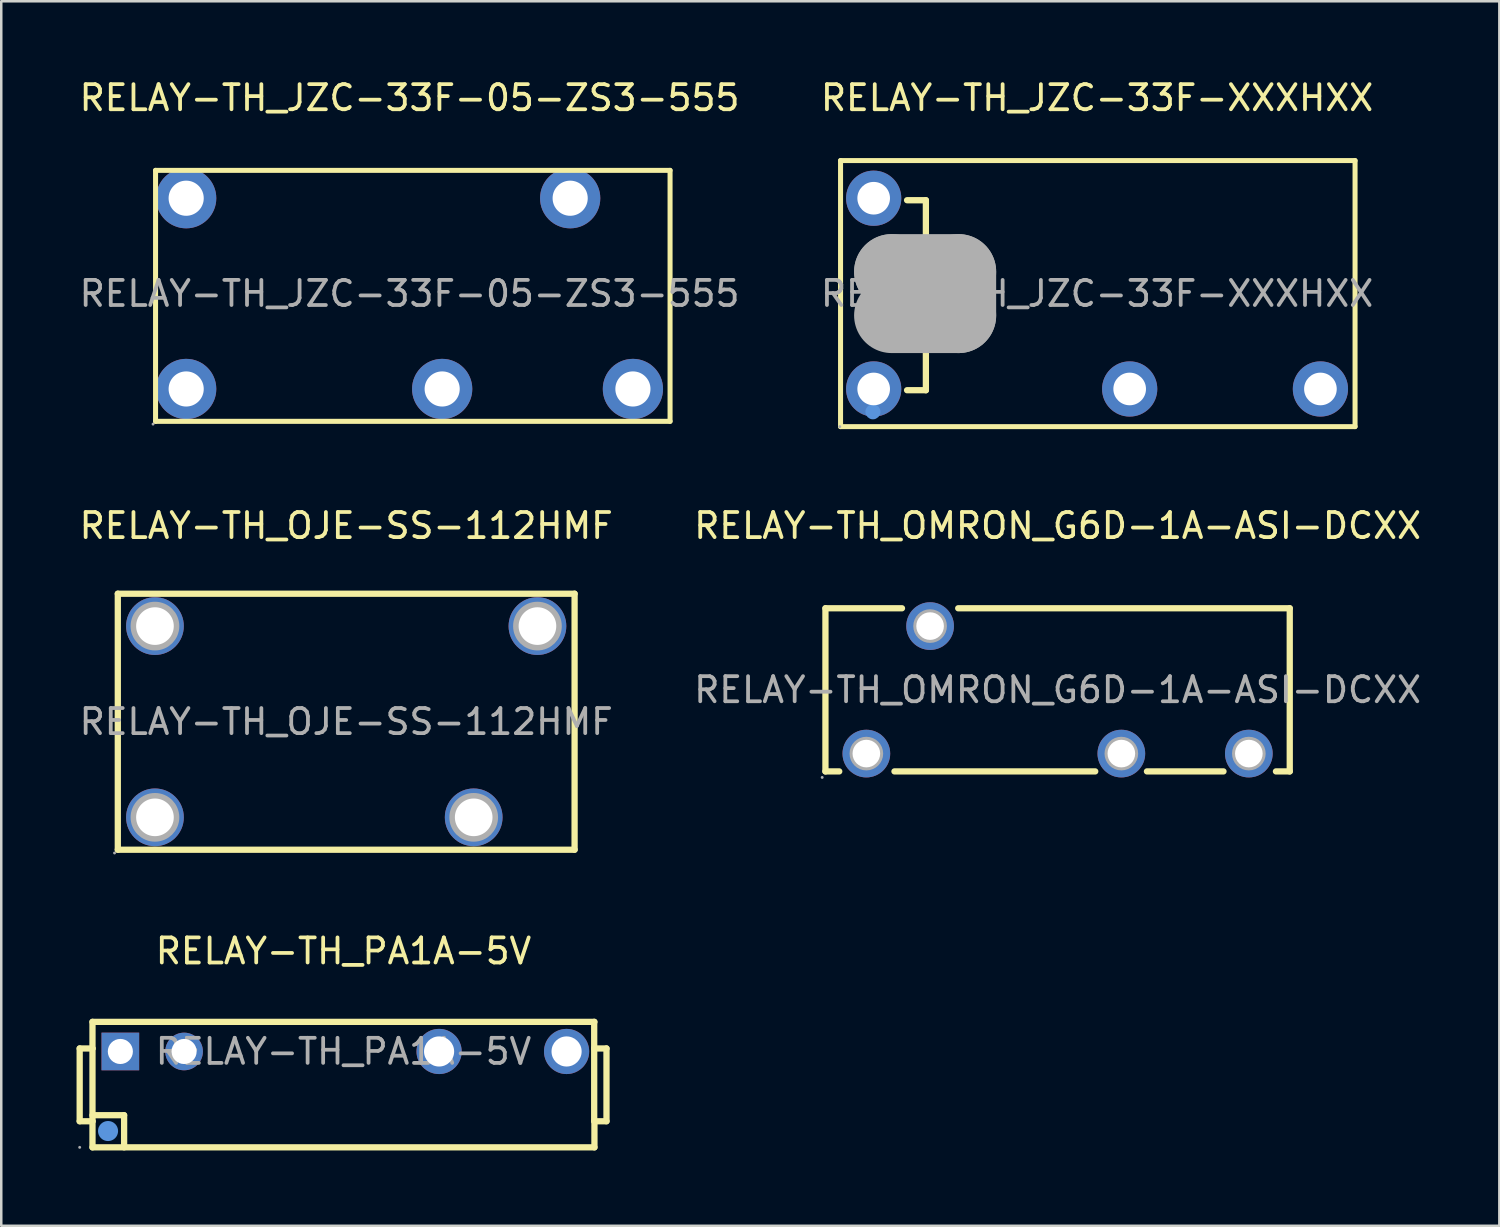
<source format=kicad_pcb>
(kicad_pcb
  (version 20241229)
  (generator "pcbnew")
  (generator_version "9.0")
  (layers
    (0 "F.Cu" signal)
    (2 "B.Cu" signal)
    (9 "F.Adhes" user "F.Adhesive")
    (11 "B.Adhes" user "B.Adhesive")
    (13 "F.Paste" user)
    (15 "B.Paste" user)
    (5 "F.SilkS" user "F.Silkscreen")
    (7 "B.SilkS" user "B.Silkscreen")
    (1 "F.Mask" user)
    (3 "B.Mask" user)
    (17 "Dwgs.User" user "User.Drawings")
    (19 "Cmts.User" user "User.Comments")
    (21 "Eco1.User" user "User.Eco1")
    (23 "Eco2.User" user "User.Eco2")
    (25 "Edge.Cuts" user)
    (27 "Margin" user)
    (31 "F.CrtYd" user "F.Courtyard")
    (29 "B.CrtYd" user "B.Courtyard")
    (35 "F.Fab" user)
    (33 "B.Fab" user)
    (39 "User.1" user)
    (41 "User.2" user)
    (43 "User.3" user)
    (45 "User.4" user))
  (footprint "RELAY-TH_JZC-33F-05-ZS3-555"
    (layer "F.Cu")
    (at 13.268 8.648)
    (property "Reference" "RELAY-TH_JZC-33F-05-ZS3-555" (at 0 -7.8 0) (layer "F.SilkS") (effects (font (size 1 1) (thickness 0.15))))
    (attr through_hole)
    (fp_line (start -10.12 -4.91) (end -10.12 5.09) (stroke (width 0.2) (type solid)) (layer "F.SilkS"))
    (fp_line (start -10.12 5.09) (end 10.38 5.09) (stroke (width 0.2) (type solid)) (layer "F.SilkS"))
    (fp_line (start 10.38 -4.91) (end -10.12 -4.91) (stroke (width 0.2) (type solid)) (layer "F.SilkS"))
    (fp_line (start 10.38 5.09) (end 10.38 -4.91) (stroke (width 0.2) (type solid)) (layer "F.SilkS"))
    (fp_circle (center -10.22 5.2) (end -10.19 5.2) (stroke (width 0.06) (type solid)) (fill no) (layer "F.Fab"))
    (fp_circle (center -8.9 -3.8) (end -8.6 -3.8) (stroke (width 0.6) (type solid)) (fill no) (layer "F.Fab"))
    (fp_circle (center -8.9 3.8) (end -8.6 3.8) (stroke (width 0.6) (type solid)) (fill no) (layer "F.Fab"))
    (fp_circle (center 1.3 3.8) (end 1.6 3.8) (stroke (width 0.6) (type solid)) (fill no) (layer "F.Fab"))
    (fp_circle (center 6.4 -3.8) (end 6.7 -3.8) (stroke (width 0.6) (type solid)) (fill no) (layer "F.Fab"))
    (fp_circle (center 8.9 3.8) (end 9.2 3.8) (stroke (width 0.6) (type solid)) (fill no) (layer "F.Fab"))
    (fp_text user "${REFERENCE}" (at 0 0 0) (layer "F.Fab") (effects (font (size 1 1) (thickness 0.15))))
    (pad "1" thru_hole circle (at -8.9 3.8) (size 2.4 2.4) (drill 1.4) (layers "*.Cu" "*.Paste" "*.Mask"))
    (pad "2" thru_hole circle (at -8.9 -3.8) (size 2.4 2.4) (drill 1.4) (layers "*.Cu" "*.Paste" "*.Mask"))
    (pad "3" thru_hole circle (at 8.9 3.8) (size 2.4 2.4) (drill 1.4) (layers "*.Cu" "*.Paste" "*.Mask"))
    (pad "4" thru_hole circle (at 1.3 3.8) (size 2.4 2.4) (drill 1.4) (layers "*.Cu" "*.Paste" "*.Mask"))
    (pad "5" thru_hole circle (at 6.4 -3.8) (size 2.4 2.4) (drill 1.4) (layers "*.Cu" "*.Paste" "*.Mask")))
  (footprint "RELAY-TH_JZC-33F-XXXHXX"
    (layer "F.Cu")
    (at 40.661 8.648)
    (property "Reference" "RELAY-TH_JZC-33F-XXXHXX" (at 0 -7.8 0) (layer "F.SilkS") (effects (font (size 1 1) (thickness 0.15))))
    (attr through_hole)
    (fp_line (start -10.22 5.3) (end -10.22 -5.3) (stroke (width 0.2) (type solid)) (layer "F.SilkS"))
    (fp_line (start -7.57 -3.72) (end -6.82 -3.72) (stroke (width 0.25) (type solid)) (layer "F.SilkS"))
    (fp_line (start -6.82 -3.72) (end -6.82 -0.87) (stroke (width 0.25) (type solid)) (layer "F.SilkS"))
    (fp_line (start -6.82 0.99) (end -6.82 3.85) (stroke (width 0.25) (type solid)) (layer "F.SilkS"))
    (fp_line (start -6.82 3.85) (end -7.57 3.85) (stroke (width 0.25) (type solid)) (layer "F.SilkS"))
    (fp_line (start 10.28 -5.3) (end -10.22 -5.3) (stroke (width 0.2) (type solid)) (layer "F.SilkS"))
    (fp_line (start 10.28 5.3) (end -10.22 5.3) (stroke (width 0.2) (type solid)) (layer "F.SilkS"))
    (fp_line (start 10.28 5.3) (end 10.28 -5.3) (stroke (width 0.2) (type solid)) (layer "F.SilkS"))
    (fp_circle (center -8.93 4.71) (end -8.78 4.71) (stroke (width 0.3) (type solid)) (fill no) (layer "Cmts.User"))
    (fp_line (start -8.18 -0.87) (end -8.18 -0.87) (stroke (width 3) (type solid)) (layer "F.Fab"))
    (fp_line (start -8.18 -0.87) (end -5.52 -0.87) (stroke (width 3) (type solid)) (layer "F.Fab"))
    (fp_line (start -5.52 -0.87) (end -5.52 0.87) (stroke (width 3) (type solid)) (layer "F.Fab"))
    (fp_line (start -5.52 0.87) (end -8.18 0.87) (stroke (width 3) (type solid)) (layer "F.Fab"))
    (fp_circle (center -10.25 5.3) (end -10.22 5.3) (stroke (width 0.06) (type solid)) (fill no) (layer "F.Fab"))
    (fp_text user "${REFERENCE}" (at 0 0 0) (layer "F.Fab") (effects (font (size 1 1) (thickness 0.15))))
    (pad "1" thru_hole circle (at -8.9 3.8) (size 2.2 2.2) (drill 1.3) (layers "*.Cu" "*.Paste" "*.Mask"))
    (pad "2" thru_hole circle (at -8.9 -3.8) (size 2.2 2.2) (drill 1.3) (layers "*.Cu" "*.Paste" "*.Mask"))
    (pad "3" thru_hole circle (at 8.9 3.8) (size 2.2 2.2) (drill 1.3) (layers "*.Cu" "*.Paste" "*.Mask"))
    (pad "4" thru_hole circle (at 1.3 3.8) (size 2.2 2.2) (drill 1.3) (layers "*.Cu" "*.Paste" "*.Mask")))
  (footprint "RELAY-TH_OJE-SS-112HMF"
    (layer "F.Cu")
    (at 10.744 25.706)
    (property "Reference" "RELAY-TH_OJE-SS-112HMF" (at 0 -7.81 0) (layer "F.SilkS") (effects (font (size 1 1) (thickness 0.15))))
    (attr through_hole)
    (fp_line (start -9.1 -5.1) (end -9.1 5.1) (stroke (width 0.25) (type solid)) (layer "F.SilkS"))
    (fp_line (start -9.1 -5.1) (end 9.1 -5.1) (stroke (width 0.25) (type solid)) (layer "F.SilkS"))
    (fp_line (start 9.1 5.1) (end -9.1 5.1) (stroke (width 0.25) (type solid)) (layer "F.SilkS"))
    (fp_line (start 9.1 5.1) (end 9.1 -5.1) (stroke (width 0.25) (type solid)) (layer "F.SilkS"))
    (fp_circle (center -9.23 5.23) (end -9.2 5.23) (stroke (width 0.06) (type solid)) (fill no) (layer "F.Fab"))
    (fp_circle (center -7.62 -3.81) (end -7.3 -3.81) (stroke (width 0.65) (type solid)) (fill no) (layer "F.Fab"))
    (fp_circle (center -7.62 3.81) (end -7.3 3.81) (stroke (width 0.65) (type solid)) (fill no) (layer "F.Fab"))
    (fp_circle (center 5.08 3.81) (end 5.4 3.81) (stroke (width 0.65) (type solid)) (fill no) (layer "F.Fab"))
    (fp_circle (center 7.62 -3.81) (end 7.94 -3.81) (stroke (width 0.65) (type solid)) (fill no) (layer "F.Fab"))
    (fp_text user "${REFERENCE}" (at 0 0 0) (layer "F.Fab") (effects (font (size 1 1) (thickness 0.15))))
    (pad "1" thru_hole circle (at -7.62 3.81) (size 2.3 2.3) (drill 1.5) (layers "*.Cu" "*.Paste" "*.Mask"))
    (pad "2" thru_hole circle (at 5.08 3.81) (size 2.3 2.3) (drill 1.5) (layers "*.Cu" "*.Paste" "*.Mask"))
    (pad "3" thru_hole circle (at 7.62 -3.81) (size 2.3 2.3) (drill 1.5) (layers "*.Cu" "*.Paste" "*.Mask"))
    (pad "4" thru_hole circle (at -7.62 -3.81) (size 2.3 2.3) (drill 1.5) (layers "*.Cu" "*.Paste" "*.Mask")))
  (footprint "RELAY-TH_OMRON_G6D-1A-ASI-DCXX"
    (layer "F.Cu")
    (at 39.089 24.436)
    (property "Reference" "RELAY-TH_OMRON_G6D-1A-ASI-DCXX" (at 0 -6.54 0) (layer "F.SilkS") (effects (font (size 1 1) (thickness 0.15))))
    (attr through_hole)
    (fp_line (start -9.25 -3.25) (end -9.25 3.25) (stroke (width 0.25) (type solid)) (layer "F.SilkS"))
    (fp_line (start -9.25 -3.25) (end -6.2 -3.25) (stroke (width 0.25) (type solid)) (layer "F.SilkS"))
    (fp_line (start -9.25 3.25) (end -8.7 3.25) (stroke (width 0.25) (type solid)) (layer "F.SilkS"))
    (fp_line (start -6.5 3.25) (end 1.5 3.25) (stroke (width 0.25) (type solid)) (layer "F.SilkS"))
    (fp_line (start -3.96 -3.25) (end 9.25 -3.25) (stroke (width 0.25) (type solid)) (layer "F.SilkS"))
    (fp_line (start 3.56 3.25) (end 6.61 3.25) (stroke (width 0.25) (type solid)) (layer "F.SilkS"))
    (fp_line (start 8.7 3.25) (end 9.25 3.25) (stroke (width 0.25) (type solid)) (layer "F.SilkS"))
    (fp_line (start 9.25 -3.25) (end 9.25 3.25) (stroke (width 0.25) (type solid)) (layer "F.SilkS"))
    (fp_circle (center -9.38 3.49) (end -9.35 3.49) (stroke (width 0.06) (type solid)) (fill no) (layer "F.Fab"))
    (fp_circle (center -7.62 2.54) (end -7.4 2.54) (stroke (width 0.45) (type solid)) (fill no) (layer "F.Fab"))
    (fp_circle (center -5.08 -2.54) (end -4.86 -2.54) (stroke (width 0.45) (type solid)) (fill no) (layer "F.Fab"))
    (fp_circle (center 2.54 2.54) (end 2.76 2.54) (stroke (width 0.45) (type solid)) (fill no) (layer "F.Fab"))
    (fp_circle (center 7.62 2.54) (end 7.84 2.54) (stroke (width 0.45) (type solid)) (fill no) (layer "F.Fab"))
    (fp_text user "${REFERENCE}" (at 0 0 0) (layer "F.Fab") (effects (font (size 1 1) (thickness 0.15))))
    (pad "1" thru_hole circle (at -7.62 2.54) (size 1.9 1.9) (drill 1.1) (layers "*.Cu" "*.Paste" "*.Mask"))
    (pad "5" thru_hole circle (at 2.54 2.54) (size 1.9 1.9) (drill 1.1) (layers "*.Cu" "*.Paste" "*.Mask"))
    (pad "7" thru_hole circle (at 7.62 2.54) (size 1.9 1.9) (drill 1.1) (layers "*.Cu" "*.Paste" "*.Mask"))
    (pad "13" thru_hole circle (at -5.08 -2.54) (size 1.9 1.9) (drill 1.1) (layers "*.Cu" "*.Paste" "*.Mask")))
  (footprint "RELAY-TH_PA1A-5V"
    (layer "F.Cu")
    (at 10.635 38.845)
    (property "Reference" "RELAY-TH_PA1A-5V" (at 0 -4 0) (layer "F.SilkS") (effects (font (size 1 1) (thickness 0.15))))
    (attr through_hole)
    (fp_line (start -10.51 -0.12) (end -10.51 2.78) (stroke (width 0.25) (type solid)) (layer "F.SilkS"))
    (fp_line (start -10.51 2.78) (end -10 2.78) (stroke (width 0.25) (type solid)) (layer "F.SilkS"))
    (fp_line (start -10 -1.18) (end -10 -0.12) (stroke (width 0.25) (type solid)) (layer "F.SilkS"))
    (fp_line (start -10 -1.18) (end 10 -1.18) (stroke (width 0.25) (type solid)) (layer "F.SilkS"))
    (fp_line (start -10 -0.12) (end -10.51 -0.12) (stroke (width 0.25) (type solid)) (layer "F.SilkS"))
    (fp_line (start -10 -0.12) (end -10 2.78) (stroke (width 0.25) (type solid)) (layer "F.SilkS"))
    (fp_line (start -10 2.54) (end -8.74 2.54) (stroke (width 0.25) (type solid)) (layer "F.SilkS"))
    (fp_line (start -10 2.78) (end -10 3.82) (stroke (width 0.25) (type solid)) (layer "F.SilkS"))
    (fp_line (start -8.74 2.54) (end -8.74 3.82) (stroke (width 0.25) (type solid)) (layer "F.SilkS"))
    (fp_line (start 9.99 -0.12) (end 9.99 -1.18) (stroke (width 0.25) (type solid)) (layer "F.SilkS"))
    (fp_line (start 9.99 -0.12) (end 9.99 2.78) (stroke (width 0.25) (type solid)) (layer "F.SilkS"))
    (fp_line (start 10 2.78) (end 10.48 2.78) (stroke (width 0.25) (type solid)) (layer "F.SilkS"))
    (fp_line (start 10 3.82) (end -10 3.82) (stroke (width 0.25) (type solid)) (layer "F.SilkS"))
    (fp_line (start 10 3.82) (end 10 2.78) (stroke (width 0.25) (type solid)) (layer "F.SilkS"))
    (fp_line (start 10.48 -0.12) (end 9.99 -0.12) (stroke (width 0.25) (type solid)) (layer "F.SilkS"))
    (fp_line (start 10.48 2.78) (end 10.48 -0.12) (stroke (width 0.25) (type solid)) (layer "F.SilkS"))
    (fp_circle (center -9.38 3.17) (end -9.14 3.17) (stroke (width 0.25) (type solid)) (fill no) (layer "F.SilkS"))
    (fp_circle (center -9.38 3.17) (end -9.18 3.17) (stroke (width 0.4) (type solid)) (fill no) (layer "Cmts.User"))
    (fp_circle (center -10.51 3.82) (end -10.48 3.82) (stroke (width 0.06) (type solid)) (fill no) (layer "F.Fab"))
    (fp_text user "${REFERENCE}" (at 0 0 0) (layer "F.Fab") (effects (font (size 1 1) (thickness 0.15))))
    (pad "1" thru_hole rect (at -8.89 0) (size 1.5 1.5) (drill 1) (layers "*.Cu" "*.Paste" "*.Mask"))
    (pad "2" thru_hole circle (at -6.35 0) (size 1.5 1.5) (drill 1) (layers "*.Cu" "*.Paste" "*.Mask"))
    (pad "5" thru_hole circle (at 3.81 0) (size 1.8 1.8) (drill 1.2) (layers "*.Cu" "*.Paste" "*.Mask"))
    (pad "6" thru_hole circle (at 8.89 0) (size 1.8 1.8) (drill 1.2) (layers "*.Cu" "*.Paste" "*.Mask")))
  (gr_rect
    (start -3 -3)
    (end 56.69 45.79)
    (stroke (width 0.1) (type default))
    (fill no)
    (layer "Edge.Cuts")))
</source>
